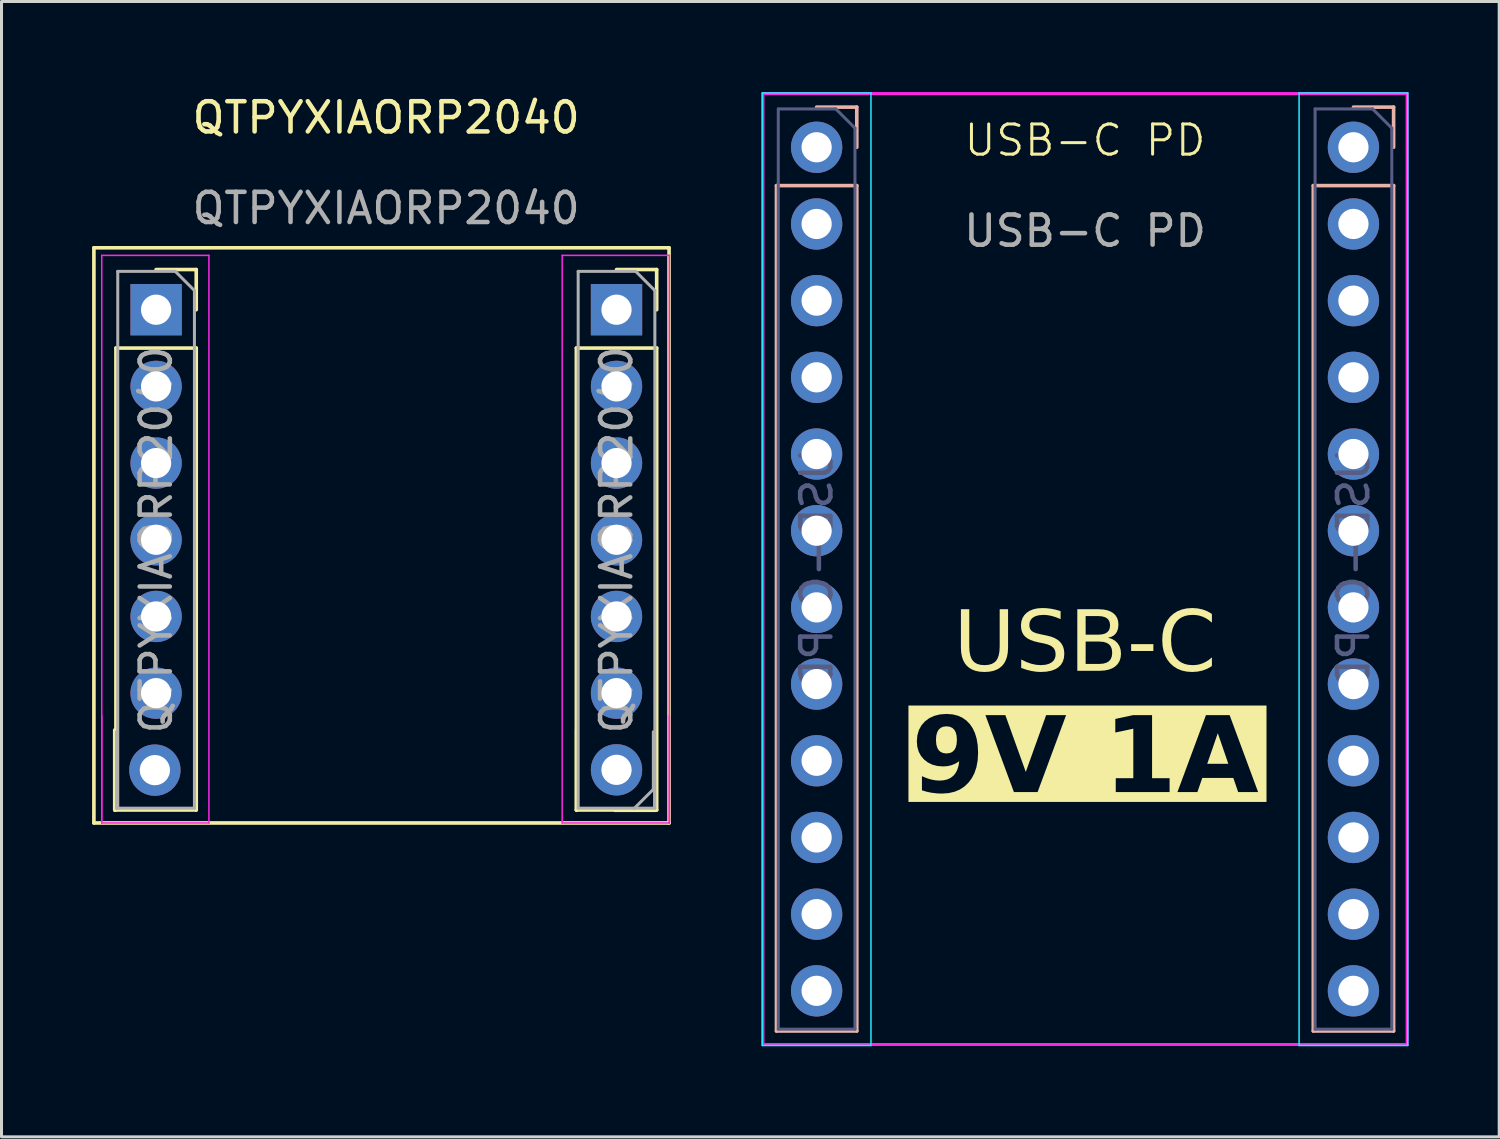
<source format=kicad_pcb>
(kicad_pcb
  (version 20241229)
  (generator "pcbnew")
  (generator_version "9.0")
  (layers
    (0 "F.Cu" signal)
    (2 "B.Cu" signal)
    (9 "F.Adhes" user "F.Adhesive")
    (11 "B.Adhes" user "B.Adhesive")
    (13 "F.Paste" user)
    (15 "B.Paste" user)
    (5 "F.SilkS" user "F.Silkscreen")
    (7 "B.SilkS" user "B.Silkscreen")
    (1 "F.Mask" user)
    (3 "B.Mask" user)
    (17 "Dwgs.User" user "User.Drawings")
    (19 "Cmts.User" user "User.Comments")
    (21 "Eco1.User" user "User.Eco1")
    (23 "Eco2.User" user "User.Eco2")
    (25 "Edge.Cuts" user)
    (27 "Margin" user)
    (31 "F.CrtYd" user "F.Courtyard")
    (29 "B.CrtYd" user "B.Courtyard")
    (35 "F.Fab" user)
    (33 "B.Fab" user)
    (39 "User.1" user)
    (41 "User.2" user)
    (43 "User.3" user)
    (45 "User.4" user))
  (footprint "QTPYXIAORP2040"
    (layer "F.Cu")
    (at 9.74 1.348)
    (property "Reference" "QTPYXIAORP2040" (at 0 -0.5 0) (unlocked yes) (layer "F.SilkS") (effects (font (size 1 1) (thickness 0.15))))
    (attr smd)
    (fp_line (start -9.68 3.81) (end 9.37 3.81) (stroke (width 0.12) (type solid)) (layer "F.SilkS"))
    (fp_line (start -9.68 22.86) (end -9.68 3.81) (stroke (width 0.12) (type solid)) (layer "F.SilkS"))
    (fp_line (start -8.99 19.78) (end -8.99 22.44) (stroke (width 0.12) (type solid)) (layer "F.SilkS"))
    (fp_line (start -8.95 7.13) (end -8.95 22.43) (stroke (width 0.12) (type solid)) (layer "F.SilkS"))
    (fp_line (start -8.95 7.13) (end -6.29 7.13) (stroke (width 0.12) (type solid)) (layer "F.SilkS"))
    (fp_line (start -8.95 22.43) (end -6.29 22.43) (stroke (width 0.12) (type solid)) (layer "F.SilkS"))
    (fp_line (start -7.62 4.53) (end -6.29 4.53) (stroke (width 0.12) (type solid)) (layer "F.SilkS"))
    (fp_line (start -6.29 4.53) (end -6.29 5.86) (stroke (width 0.12) (type solid)) (layer "F.SilkS"))
    (fp_line (start -6.29 7.13) (end -6.29 22.43) (stroke (width 0.12) (type solid)) (layer "F.SilkS"))
    (fp_line (start 6.3 7.13) (end 6.3 22.43) (stroke (width 0.12) (type solid)) (layer "F.SilkS"))
    (fp_line (start 6.3 7.13) (end 8.96 7.13) (stroke (width 0.12) (type solid)) (layer "F.SilkS"))
    (fp_line (start 6.3 22.43) (end 8.96 22.43) (stroke (width 0.12) (type solid)) (layer "F.SilkS"))
    (fp_line (start 6.31 19.78) (end 6.31 22.44) (stroke (width 0.12) (type solid)) (layer "F.SilkS"))
    (fp_line (start 7.63 4.53) (end 8.96 4.53) (stroke (width 0.12) (type solid)) (layer "F.SilkS"))
    (fp_line (start 8.91 21.11) (end 8.91 22.44) (stroke (width 0.12) (type solid)) (layer "F.SilkS"))
    (fp_line (start 8.91 22.44) (end 7.58 22.44) (stroke (width 0.12) (type solid)) (layer "F.SilkS"))
    (fp_line (start 8.96 4.53) (end 8.96 5.86) (stroke (width 0.12) (type solid)) (layer "F.SilkS"))
    (fp_line (start 8.96 7.13) (end 8.96 22.43) (stroke (width 0.12) (type solid)) (layer "F.SilkS"))
    (fp_line (start 9.37 3.81) (end 9.37 22.86) (stroke (width 0.12) (type solid)) (layer "F.SilkS"))
    (fp_line (start 9.37 22.86) (end -9.68 22.86) (stroke (width 0.12) (type solid)) (layer "F.SilkS"))
    (fp_line (start -9.42 4.06) (end -5.87 4.06) (stroke (width 0.05) (type solid)) (layer "F.CrtYd"))
    (fp_line (start -9.42 22.86) (end -9.42 4.06) (stroke (width 0.05) (type solid)) (layer "F.CrtYd"))
    (fp_line (start -9.42 22.86) (end -9.42 19.31) (stroke (width 0.05) (type solid)) (layer "F.CrtYd"))
    (fp_line (start -5.87 4.06) (end -5.87 22.86) (stroke (width 0.05) (type solid)) (layer "F.CrtYd"))
    (fp_line (start -5.87 22.86) (end -9.42 22.86) (stroke (width 0.05) (type solid)) (layer "F.CrtYd"))
    (fp_line (start 5.83 4.06) (end 9.38 4.06) (stroke (width 0.05) (type solid)) (layer "F.CrtYd"))
    (fp_line (start 5.83 22.86) (end 5.83 4.06) (stroke (width 0.05) (type solid)) (layer "F.CrtYd"))
    (fp_line (start 9.38 4.06) (end 9.38 22.86) (stroke (width 0.05) (type solid)) (layer "F.CrtYd"))
    (fp_line (start 9.38 19.31) (end 9.38 22.86) (stroke (width 0.05) (type solid)) (layer "F.CrtYd"))
    (fp_line (start 9.38 22.86) (end 5.83 22.86) (stroke (width 0.05) (type solid)) (layer "F.CrtYd"))
    (fp_line (start -8.93 22.38) (end -8.93 19.84) (stroke (width 0.1) (type solid)) (layer "F.Fab"))
    (fp_line (start -8.89 4.59) (end -6.985 4.59) (stroke (width 0.1) (type solid)) (layer "F.Fab"))
    (fp_line (start -8.89 22.37) (end -8.89 4.59) (stroke (width 0.1) (type solid)) (layer "F.Fab"))
    (fp_line (start -6.985 4.59) (end -6.35 5.225) (stroke (width 0.1) (type solid)) (layer "F.Fab"))
    (fp_line (start -6.35 5.225) (end -6.35 22.37) (stroke (width 0.1) (type solid)) (layer "F.Fab"))
    (fp_line (start -6.35 22.37) (end -8.89 22.37) (stroke (width 0.1) (type solid)) (layer "F.Fab"))
    (fp_line (start 6.36 4.59) (end 8.265 4.59) (stroke (width 0.1) (type solid)) (layer "F.Fab"))
    (fp_line (start 6.36 22.37) (end 6.36 4.59) (stroke (width 0.1) (type solid)) (layer "F.Fab"))
    (fp_line (start 8.265 4.59) (end 8.9 5.225) (stroke (width 0.1) (type solid)) (layer "F.Fab"))
    (fp_line (start 8.85 19.84) (end 8.85 21.745) (stroke (width 0.1) (type solid)) (layer "F.Fab"))
    (fp_line (start 8.85 21.745) (end 8.215 22.38) (stroke (width 0.1) (type solid)) (layer "F.Fab"))
    (fp_line (start 8.9 5.225) (end 8.9 22.37) (stroke (width 0.1) (type solid)) (layer "F.Fab"))
    (fp_line (start 8.9 22.37) (end 6.36 22.37) (stroke (width 0.1) (type solid)) (layer "F.Fab"))
    (fp_text user "${REFERENCE}" (at 7.63 13.48 90) (layer "F.Fab") (effects (font (size 1 1) (thickness 0.15))))
    (fp_text user "${REFERENCE}" (at 0 2.5 0) (unlocked yes) (layer "F.Fab") (effects (font (size 1 1) (thickness 0.15))))
    (fp_text user "${REFERENCE}" (at -7.62 13.48 90) (layer "F.Fab") (effects (font (size 1 1) (thickness 0.15))))
    (pad "0" thru_hole rect (at -7.62 5.86) (size 1.7 1.7) (drill 1) (layers "*.Cu" "*.Mask"))
    (pad "1" thru_hole oval (at -7.62 8.4) (size 1.7 1.7) (drill 1) (layers "*.Cu" "*.Mask"))
    (pad "2" thru_hole oval (at -7.62 10.94) (size 1.7 1.7) (drill 1) (layers "*.Cu" "*.Mask"))
    (pad "3" thru_hole oval (at -7.62 13.48) (size 1.7 1.7) (drill 1) (layers "*.Cu" "*.Mask"))
    (pad "3V3" thru_hole oval (at 7.63 10.94) (size 1.7 1.7) (drill 1) (layers "*.Cu" "*.Mask"))
    (pad "4" thru_hole oval (at -7.62 16.02) (size 1.7 1.7) (drill 1) (layers "*.Cu" "*.Mask"))
    (pad "5" thru_hole oval (at -7.62 18.56) (size 1.7 1.7) (drill 1) (layers "*.Cu" "*.Mask"))
    (pad "5V" thru_hole rect (at 7.63 5.86) (size 1.7 1.7) (drill 1) (layers "*.Cu" "*.Mask"))
    (pad "6" thru_hole oval (at -7.66 21.11 270) (size 1.7 1.7) (drill 1) (layers "*.Cu" "*.Mask"))
    (pad "7" thru_hole oval (at 7.63 21.1) (size 1.7 1.7) (drill 1) (layers "*.Cu" "*.Mask"))
    (pad "8" thru_hole oval (at 7.63 18.56) (size 1.7 1.7) (drill 1) (layers "*.Cu" "*.Mask"))
    (pad "9" thru_hole oval (at 7.63 16.02) (size 1.7 1.7) (drill 1) (layers "*.Cu" "*.Mask"))
    (pad "10" thru_hole oval (at 7.63 13.48) (size 1.7 1.7) (drill 1) (layers "*.Cu" "*.Mask"))
    (pad "GND" thru_hole oval (at 7.63 8.4) (size 1.7 1.7) (drill 1) (layers "*.Cu" "*.Mask")))
  (footprint "USB-C PD"
    (layer "F.Cu")
    (at 32.888 15.798)
    (property "Reference" "USB-C PD" (at 0 -14.2 0) (unlocked yes) (layer "F.SilkS") (effects (font (size 1 1) (thickness 0.1))))
    (attr smd)
    (fp_line (start -10.22 -12.7) (end -10.22 15.3) (stroke (width 0.12) (type solid)) (layer "B.SilkS"))
    (fp_line (start -7.56 -15.3) (end -8.89 -15.3) (stroke (width 0.12) (type solid)) (layer "B.SilkS"))
    (fp_line (start -7.56 -13.97) (end -7.56 -15.3) (stroke (width 0.12) (type solid)) (layer "B.SilkS"))
    (fp_line (start -7.56 -12.7) (end -10.22 -12.7) (stroke (width 0.12) (type solid)) (layer "B.SilkS"))
    (fp_line (start -7.56 -12.7) (end -7.56 15.3) (stroke (width 0.12) (type solid)) (layer "B.SilkS"))
    (fp_line (start -7.56 15.3) (end -10.22 15.3) (stroke (width 0.12) (type solid)) (layer "B.SilkS"))
    (fp_line (start 7.56 -12.7) (end 7.56 15.3) (stroke (width 0.12) (type solid)) (layer "B.SilkS"))
    (fp_line (start 10.22 -15.3) (end 8.89 -15.3) (stroke (width 0.12) (type solid)) (layer "B.SilkS"))
    (fp_line (start 10.22 -13.97) (end 10.22 -15.3) (stroke (width 0.12) (type solid)) (layer "B.SilkS"))
    (fp_line (start 10.22 -12.7) (end 7.56 -12.7) (stroke (width 0.12) (type solid)) (layer "B.SilkS"))
    (fp_line (start 10.22 -12.7) (end 10.22 15.3) (stroke (width 0.12) (type solid)) (layer "B.SilkS"))
    (fp_line (start 10.22 15.3) (end 7.56 15.3) (stroke (width 0.12) (type solid)) (layer "B.SilkS"))
    (fp_line (start -10.69 -15.77) (end -7.09 -15.77) (stroke (width 0.05) (type solid)) (layer "B.CrtYd"))
    (fp_line (start -10.69 15.78) (end -10.69 -15.77) (stroke (width 0.05) (type solid)) (layer "B.CrtYd"))
    (fp_line (start -7.09 -15.77) (end -7.09 15.78) (stroke (width 0.05) (type solid)) (layer "B.CrtYd"))
    (fp_line (start -7.09 15.78) (end -10.69 15.78) (stroke (width 0.05) (type solid)) (layer "B.CrtYd"))
    (fp_line (start 7.09 -15.77) (end 10.69 -15.77) (stroke (width 0.05) (type solid)) (layer "B.CrtYd"))
    (fp_line (start 7.09 15.78) (end 7.09 -15.77) (stroke (width 0.05) (type solid)) (layer "B.CrtYd"))
    (fp_line (start 10.69 -15.77) (end 10.69 15.78) (stroke (width 0.05) (type solid)) (layer "B.CrtYd"))
    (fp_line (start 10.69 15.78) (end 7.09 15.78) (stroke (width 0.05) (type solid)) (layer "B.CrtYd"))
    (fp_rect (start -10.668 -15.748) (end 10.668 15.748) (stroke (width 0.1) (type default)) (fill no) (layer "F.CrtYd"))
    (fp_line (start -10.16 -15.24) (end -10.16 15.24) (stroke (width 0.1) (type solid)) (layer "B.Fab"))
    (fp_line (start -10.16 15.24) (end -7.62 15.24) (stroke (width 0.1) (type solid)) (layer "B.Fab"))
    (fp_line (start -8.255 -15.24) (end -10.16 -15.24) (stroke (width 0.1) (type solid)) (layer "B.Fab"))
    (fp_line (start -7.62 -14.605) (end -8.255 -15.24) (stroke (width 0.1) (type solid)) (layer "B.Fab"))
    (fp_line (start -7.62 15.24) (end -7.62 -14.605) (stroke (width 0.1) (type solid)) (layer "B.Fab"))
    (fp_line (start 7.62 -15.24) (end 7.62 15.24) (stroke (width 0.1) (type solid)) (layer "B.Fab"))
    (fp_line (start 7.62 15.24) (end 10.16 15.24) (stroke (width 0.1) (type solid)) (layer "B.Fab"))
    (fp_line (start 9.525 -15.24) (end 7.62 -15.24) (stroke (width 0.1) (type solid)) (layer "B.Fab"))
    (fp_line (start 10.16 -14.605) (end 9.525 -15.24) (stroke (width 0.1) (type solid)) (layer "B.Fab"))
    (fp_line (start 10.16 15.24) (end 10.16 -14.605) (stroke (width 0.1) (type solid)) (layer "B.Fab"))
    (fp_text user "USB-C" (at 0 2.54 0) (unlocked yes) (layer "F.SilkS") (effects (font (face "Archia") (size 2 2) (thickness 0.1))))
    (fp_text user "9V 1A" (at 0 6.35 0) (unlocked yes) (layer "F.SilkS" knockout) (effects (font (face "Archia Bold") (size 2.5 2.5) (thickness 0.2) (bold yes))))
    (fp_text user "${REFERENCE}" (at 8.89 0 90) (layer "B.Fab") (effects (font (size 1 1) (thickness 0.15)) (justify mirror)))
    (fp_text user "${REFERENCE}" (at -8.89 0 90) (layer "B.Fab") (effects (font (size 1 1) (thickness 0.15)) (justify mirror)))
    (fp_text user "${REFERENCE}" (at 0 -11.2 0) (unlocked yes) (layer "F.Fab") (effects (font (size 1 1) (thickness 0.15))))
    (pad "1" thru_hole circle (at -8.89 -13.97 180) (size 1.7 1.7) (drill 1) (layers "*.Cu" "*.Mask"))
    (pad "2" thru_hole oval (at -8.89 -11.43 180) (size 1.7 1.7) (drill 1) (layers "*.Cu" "*.Mask"))
    (pad "3" thru_hole oval (at -8.89 -8.89 180) (size 1.7 1.7) (drill 1) (layers "*.Cu" "*.Mask"))
    (pad "4" thru_hole oval (at -8.89 -6.35 180) (size 1.7 1.7) (drill 1) (layers "*.Cu" "*.Mask"))
    (pad "5" thru_hole oval (at -8.89 -3.81 180) (size 1.7 1.7) (drill 1) (layers "*.Cu" "*.Mask"))
    (pad "6" thru_hole oval (at -8.89 -1.27 180) (size 1.7 1.7) (drill 1) (layers "*.Cu" "*.Mask"))
    (pad "7" thru_hole oval (at -8.89 1.27 180) (size 1.7 1.7) (drill 1) (layers "*.Cu" "*.Mask"))
    (pad "8" thru_hole oval (at -8.89 3.81 180) (size 1.7 1.7) (drill 1) (layers "*.Cu" "*.Mask"))
    (pad "9" thru_hole oval (at -8.89 6.35 180) (size 1.7 1.7) (drill 1) (layers "*.Cu" "*.Mask"))
    (pad "10" thru_hole oval (at -8.89 8.89 180) (size 1.7 1.7) (drill 1) (layers "*.Cu" "*.Mask"))
    (pad "11" thru_hole oval (at -8.89 11.43 180) (size 1.7 1.7) (drill 1) (layers "*.Cu" "*.Mask"))
    (pad "12" thru_hole oval (at -8.89 13.97 180) (size 1.7 1.7) (drill 1) (layers "*.Cu" "*.Mask"))
    (pad "13" thru_hole oval (at 8.89 13.97 180) (size 1.7 1.7) (drill 1) (layers "*.Cu" "*.Mask"))
    (pad "14" thru_hole oval (at 8.89 11.43 180) (size 1.7 1.7) (drill 1) (layers "*.Cu" "*.Mask"))
    (pad "15" thru_hole oval (at 8.89 8.89 180) (size 1.7 1.7) (drill 1) (layers "*.Cu" "*.Mask"))
    (pad "16" thru_hole oval (at 8.89 6.35 270) (size 1.7 1.7) (drill 1) (layers "*.Cu" "*.Mask"))
    (pad "17" thru_hole oval (at 8.89 3.81 180) (size 1.7 1.7) (drill 1) (layers "*.Cu" "*.Mask"))
    (pad "18" thru_hole oval (at 8.89 1.27 180) (size 1.7 1.7) (drill 1) (layers "*.Cu" "*.Mask"))
    (pad "19" thru_hole oval (at 8.89 -1.27 180) (size 1.7 1.7) (drill 1) (layers "*.Cu" "*.Mask"))
    (pad "20" thru_hole oval (at 8.89 -3.81 180) (size 1.7 1.7) (drill 1) (layers "*.Cu" "*.Mask"))
    (pad "21" thru_hole oval (at 8.89 -6.35 180) (size 1.7 1.7) (drill 1) (layers "*.Cu" "*.Mask"))
    (pad "22" thru_hole oval (at 8.89 -8.89 180) (size 1.7 1.7) (drill 1) (layers "*.Cu" "*.Mask"))
    (pad "23" thru_hole oval (at 8.89 -11.43 180) (size 1.7 1.7) (drill 1) (layers "*.Cu" "*.Mask"))
    (pad "24" thru_hole circle (at 8.89 -13.97 180) (size 1.7 1.7) (drill 1) (layers "*.Cu" "*.Mask")))
  (gr_rect
    (start -3 -3)
    (end 46.606 34.603)
    (stroke (width 0.1) (type default))
    (fill no)
    (layer "Edge.Cuts")))
</source>
